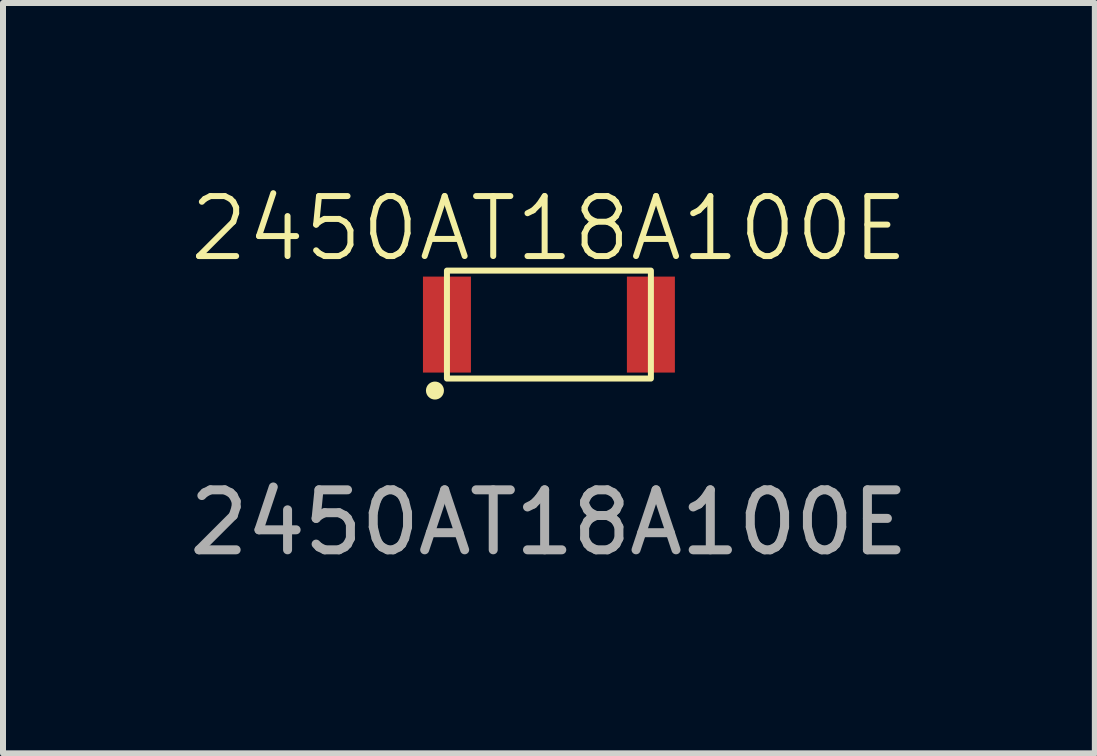
<source format=kicad_pcb>
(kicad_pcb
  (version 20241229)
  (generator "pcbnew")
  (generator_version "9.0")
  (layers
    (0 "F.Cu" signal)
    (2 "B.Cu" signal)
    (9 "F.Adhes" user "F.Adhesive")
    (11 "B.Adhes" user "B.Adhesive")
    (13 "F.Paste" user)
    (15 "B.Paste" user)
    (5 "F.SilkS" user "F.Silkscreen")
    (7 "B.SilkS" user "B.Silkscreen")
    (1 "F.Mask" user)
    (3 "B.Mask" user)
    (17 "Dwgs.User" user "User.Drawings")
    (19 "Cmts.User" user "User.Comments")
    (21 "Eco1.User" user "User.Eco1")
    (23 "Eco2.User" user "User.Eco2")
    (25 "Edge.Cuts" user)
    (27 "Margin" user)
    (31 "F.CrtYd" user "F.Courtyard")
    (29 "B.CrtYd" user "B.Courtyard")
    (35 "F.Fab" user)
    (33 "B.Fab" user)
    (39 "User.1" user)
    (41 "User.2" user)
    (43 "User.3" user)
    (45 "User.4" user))
  (footprint "2450AT18A100E"
    (layer "F.Cu")
    (at 6.101 2.361)
    (property "Reference" "2450AT18A100E" (at 0 -1.6 0) (unlocked yes) (layer "F.SilkS") (effects (font (size 1 1) (thickness 0.1))))
    (attr smd)
    (fp_rect (start -1.7 -0.9) (end 1.7 0.9) (stroke (width 0.1) (type default)) (fill no) (layer "F.SilkS"))
    (fp_circle (center -1.9 1.1) (end -1.8 1.1) (stroke (width 0.1) (type solid)) (fill yes) (layer "F.SilkS"))
    (fp_text user "${REFERENCE}" (at 0 3.3 0) (unlocked yes) (layer "F.Fab") (effects (font (size 1 1) (thickness 0.15))))
    (pad "1" smd rect (at -1.7 0 90) (size 1.6 0.8) (layers "F.Cu" "F.Mask" "F.Paste"))
    (pad "2" smd rect (at 1.7 0 90) (size 1.6 0.8) (layers "F.Cu" "F.Mask" "F.Paste")))
  (gr_rect
    (start -3 -3)
    (end 15.202 9.509)
    (stroke (width 0.1) (type default))
    (fill no)
    (layer "Edge.Cuts")))
</source>
